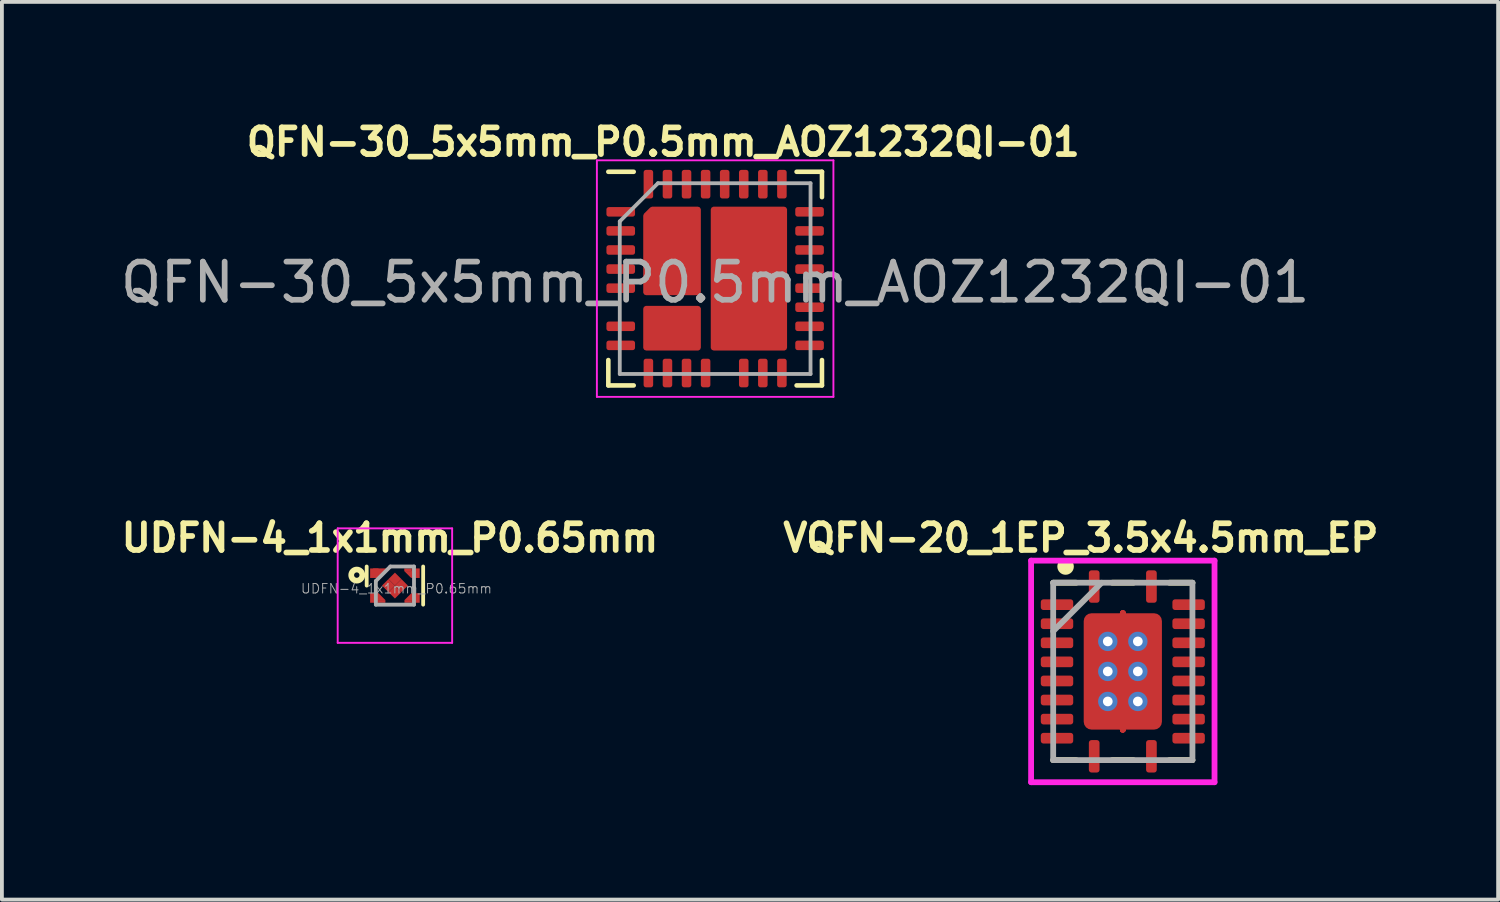
<source format=kicad_pcb>
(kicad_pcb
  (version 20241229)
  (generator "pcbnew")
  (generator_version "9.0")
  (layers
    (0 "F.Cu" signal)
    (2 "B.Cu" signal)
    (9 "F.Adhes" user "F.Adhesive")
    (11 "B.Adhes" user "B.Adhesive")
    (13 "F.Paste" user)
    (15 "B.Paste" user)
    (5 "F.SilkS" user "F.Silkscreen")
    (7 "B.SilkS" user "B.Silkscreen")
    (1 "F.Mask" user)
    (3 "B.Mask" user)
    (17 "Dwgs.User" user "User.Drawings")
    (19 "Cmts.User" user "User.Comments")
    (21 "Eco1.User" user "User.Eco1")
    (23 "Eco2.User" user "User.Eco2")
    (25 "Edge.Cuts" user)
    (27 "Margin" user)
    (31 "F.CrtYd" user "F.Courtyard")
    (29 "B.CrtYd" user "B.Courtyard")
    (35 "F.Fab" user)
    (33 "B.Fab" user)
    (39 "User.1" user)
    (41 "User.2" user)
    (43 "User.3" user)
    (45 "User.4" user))
  (footprint "UDFN-4_1x1mm_P0.65mm"
    (layer "F.Cu")
    (at 7.302 12.3)
    (property "Reference" "UDFN-4_1x1mm_P0.65mm" (at -0.13 -1.25 0) (layer "F.SilkS") (effects (font (size 0.7 0.7) (thickness 0.15))))
    (attr smd)
    (fp_line (start -0.74 -0.5) (end -0.74 0) (stroke (width 0.1) (type solid)) (layer "F.SilkS"))
    (fp_line (start 0.74 -0.5) (end 0.74 0.5) (stroke (width 0.1) (type solid)) (layer "F.SilkS"))
    (fp_circle (center -1 -0.275) (end -0.95 -0.325) (stroke (width 0.15) (type solid)) (fill no) (layer "F.SilkS"))
    (fp_line (start -1.5 -1.5) (end 1.5 -1.5) (stroke (width 0.05) (type solid)) (layer "F.CrtYd"))
    (fp_line (start -1.5 1.5) (end -1.5 -1.5) (stroke (width 0.05) (type solid)) (layer "F.CrtYd"))
    (fp_line (start 1.5 -1.5) (end 1.5 1.5) (stroke (width 0.05) (type solid)) (layer "F.CrtYd"))
    (fp_line (start 1.5 1.5) (end -1.5 1.5) (stroke (width 0.05) (type solid)) (layer "F.CrtYd"))
    (fp_line (start -0.5 0.5) (end -0.5 -0.12) (stroke (width 0.1) (type solid)) (layer "F.Fab"))
    (fp_line (start -0.12 -0.5) (end -0.5 -0.12) (stroke (width 0.1) (type solid)) (layer "F.Fab"))
    (fp_line (start -0.12 -0.5) (end 0.5 -0.5) (stroke (width 0.1) (type solid)) (layer "F.Fab"))
    (fp_line (start 0.5 -0.5) (end 0.5 0.5) (stroke (width 0.1) (type solid)) (layer "F.Fab"))
    (fp_line (start 0.5 0.5) (end -0.5 0.5) (stroke (width 0.1) (type solid)) (layer "F.Fab"))
    (fp_text user "${REFERENCE}" (at 0.04 0.08 0) (layer "F.Fab") (effects (font (size 0.25 0.25) (thickness 0.025))))
    (pad "1" smd rect (at -0.54 -0.325 270) (size 0.25 0.22) (layers "F.Cu" "F.Mask" "F.Paste"))
    (pad "1" smd trapezoid (at -0.43 -0.3 180) (size 0.2 0.2) (rect_delta 0 0.2) (layers "F.Cu" "F.Mask" "F.Paste"))
    (pad "1" smd trapezoid (at -0.38 -0.35 180) (size 0.2 0.2) (rect_delta 0 0.2) (layers "F.Cu" "F.Mask" "F.Paste"))
    (pad "2" smd rect (at -0.54 0.325 270) (size 0.25 0.22) (layers "F.Cu" "F.Mask" "F.Paste"))
    (pad "2" smd trapezoid (at -0.43 0.29 90) (size 0.18 0.18) (rect_delta 0.18 0) (layers "F.Cu" "F.Mask" "F.Paste"))
    (pad "2" smd rect (at -0.345 0.415 90) (size 0.07 0.19) (layers "F.Cu" "F.Mask" "F.Paste"))
    (pad "3" smd rect (at 0.345 0.415 90) (size 0.07 0.19) (layers "F.Cu" "F.Mask" "F.Paste"))
    (pad "3" smd trapezoid (at 0.43 0.29) (size 0.18 0.18) (rect_delta 0 0.18) (layers "F.Cu" "F.Mask" "F.Paste"))
    (pad "3" smd rect (at 0.54 0.325 270) (size 0.25 0.22) (layers "F.Cu" "F.Mask" "F.Paste"))
    (pad "4" smd rect (at 0.34 -0.415 90) (size 0.07 0.19) (layers "F.Cu" "F.Mask" "F.Paste"))
    (pad "4" smd trapezoid (at 0.425 -0.29 270) (size 0.18 0.18) (rect_delta 0.18 0) (layers "F.Cu" "F.Mask" "F.Paste"))
    (pad "4" smd rect (at 0.54 -0.325 270) (size 0.25 0.22) (layers "F.Cu" "F.Mask" "F.Paste"))
    (pad "5" smd rect (at -0.17 0 315) (size 0.24 0.24) (layers "F.Cu" "F.Mask" "F.Paste"))
    (pad "5" smd rect (at 0 -0.17 315) (size 0.24 0.24) (layers "F.Cu" "F.Mask" "F.Paste"))
    (pad "5" smd rect (at 0 0.17 315) (size 0.24 0.24) (layers "F.Cu" "F.Mask" "F.Paste"))
    (pad "5" smd rect (at 0.17 0 315) (size 0.24 0.24) (layers "F.Cu" "F.Mask" "F.Paste")))
  (footprint "VQFN-20_1EP_3.5x4.5mm_EP"
    (layer "F.Cu")
    (at 26.382 14.55)
    (property "Reference" "VQFN-20_1EP_3.5x4.5mm_EP" (at -1.1 -3.5 0) (layer "F.SilkS") (effects (font (size 0.7 0.7) (thickness 0.15))))
    (attr smd)
    (fp_line (start 0 -1.525) (end 0 -1.525) (stroke (width 0.152) (type solid)) (layer "F.Cu"))
    (fp_line (start 0 -1.525) (end 0 -1.525) (stroke (width 0.152) (type solid)) (layer "F.Cu"))
    (fp_line (start 0 -1.525) (end 0 -1.525) (stroke (width 0.152) (type solid)) (layer "F.Cu"))
    (fp_line (start 0 -1.525) (end 0 -1.525) (stroke (width 0.152) (type solid)) (layer "F.Cu"))
    (fp_line (start 0 -1.525) (end 0 -1.525) (stroke (width 0.152) (type solid)) (layer "F.Cu"))
    (fp_line (start 0 -1.525) (end 0 -1.525) (stroke (width 0.152) (type solid)) (layer "F.Cu"))
    (fp_line (start 0 -1.525) (end 0 -1.525) (stroke (width 0.152) (type solid)) (layer "F.Cu"))
    (fp_line (start 0 -1.525) (end 0 -1.525) (stroke (width 0.152) (type solid)) (layer "F.Cu"))
    (fp_line (start 0 1.525) (end 0 1.525) (stroke (width 0.152) (type solid)) (layer "F.Cu"))
    (fp_line (start 0 1.525) (end 0 1.525) (stroke (width 0.152) (type solid)) (layer "F.Cu"))
    (fp_line (start 0 1.525) (end 0 1.525) (stroke (width 0.152) (type solid)) (layer "F.Cu"))
    (fp_line (start 0 1.525) (end 0 1.525) (stroke (width 0.152) (type solid)) (layer "F.Cu"))
    (fp_line (start 0 1.525) (end 0 1.525) (stroke (width 0.152) (type solid)) (layer "F.Cu"))
    (fp_line (start 0 1.525) (end 0 1.525) (stroke (width 0.152) (type solid)) (layer "F.Cu"))
    (fp_line (start 0 1.525) (end 0 1.525) (stroke (width 0.152) (type solid)) (layer "F.Cu"))
    (fp_line (start 0 1.525) (end 0 1.525) (stroke (width 0.152) (type solid)) (layer "F.Cu"))
    (fp_line (start 0 -1.525) (end 0 -1.525) (stroke (width 0.152) (type solid)) (layer "F.Mask"))
    (fp_line (start 0 -1.525) (end 0 -1.525) (stroke (width 0.152) (type solid)) (layer "F.Mask"))
    (fp_line (start 0 -1.525) (end 0 -1.525) (stroke (width 0.152) (type solid)) (layer "F.Mask"))
    (fp_line (start 0 -1.525) (end 0 -1.525) (stroke (width 0.152) (type solid)) (layer "F.Mask"))
    (fp_line (start 0 -1.525) (end 0 -1.525) (stroke (width 0.152) (type solid)) (layer "F.Mask"))
    (fp_line (start 0 -1.525) (end 0 -1.525) (stroke (width 0.152) (type solid)) (layer "F.Mask"))
    (fp_line (start 0 -1.525) (end 0 -1.525) (stroke (width 0.152) (type solid)) (layer "F.Mask"))
    (fp_line (start 0 -1.525) (end 0 -1.525) (stroke (width 0.152) (type solid)) (layer "F.Mask"))
    (fp_line (start 0 1.525) (end 0 1.525) (stroke (width 0.152) (type solid)) (layer "F.Mask"))
    (fp_line (start 0 1.525) (end 0 1.525) (stroke (width 0.152) (type solid)) (layer "F.Mask"))
    (fp_line (start 0 1.525) (end 0 1.525) (stroke (width 0.152) (type solid)) (layer "F.Mask"))
    (fp_line (start 0 1.525) (end 0 1.525) (stroke (width 0.152) (type solid)) (layer "F.Mask"))
    (fp_line (start 0 1.525) (end 0 1.525) (stroke (width 0.152) (type solid)) (layer "F.Mask"))
    (fp_line (start 0 1.525) (end 0 1.525) (stroke (width 0.152) (type solid)) (layer "F.Mask"))
    (fp_line (start 0 1.525) (end 0 1.525) (stroke (width 0.152) (type solid)) (layer "F.Mask"))
    (fp_line (start 0 1.525) (end 0 1.525) (stroke (width 0.152) (type solid)) (layer "F.Mask"))
    (fp_line (start -1.825 2.325) (end -1.223 2.325) (stroke (width 0.152) (type solid)) (layer "F.SilkS"))
    (fp_line (start -1.6 -2.75) (end -1.4 -2.75) (stroke (width 0.15) (type solid)) (layer "F.SilkS"))
    (fp_line (start -1.223 -2.325) (end -1.825 -2.325) (stroke (width 0.152) (type solid)) (layer "F.SilkS"))
    (fp_line (start -0.277 2.325) (end 0.277 2.325) (stroke (width 0.152) (type solid)) (layer "F.SilkS"))
    (fp_line (start 0.277 -2.325) (end -0.277 -2.325) (stroke (width 0.152) (type solid)) (layer "F.SilkS"))
    (fp_line (start 1.223 2.325) (end 1.825 2.325) (stroke (width 0.152) (type solid)) (layer "F.SilkS"))
    (fp_line (start 1.825 -2.325) (end 1.223 -2.325) (stroke (width 0.152) (type solid)) (layer "F.SilkS"))
    (fp_circle (center -1.5 -2.75) (end -1.4 -2.85) (stroke (width 0.15) (type solid)) (fill no) (layer "F.SilkS"))
    (fp_poly (pts (xy -0.8 -1.4) (xy -0.2 -1.4) (xy -0.2 -1.1) (xy -0.8 -1.1)) (stroke (width 0.15) (type solid)) (fill yes) (layer "F.Paste"))
    (fp_poly (pts (xy -0.8 -0.6) (xy -0.3 -0.5) (xy -0.3 -0.4) (xy -0.8 -0.3)) (stroke (width 0.15) (type solid)) (fill yes) (layer "F.Paste"))
    (fp_poly (pts (xy -0.8 0.25) (xy -0.3 0.35) (xy -0.3 0.45) (xy -0.8 0.55)) (stroke (width 0.15) (type solid)) (fill yes) (layer "F.Paste"))
    (fp_poly (pts (xy -0.8 1.1) (xy -0.2 1.1) (xy -0.2 1.4) (xy -0.8 1.4)) (stroke (width 0.15) (type solid)) (fill yes) (layer "F.Paste"))
    (fp_poly (pts (xy -0.05 -0.15) (xy -0.05 -0.75) (xy 0.05 -0.75) (xy 0.05 -0.15)) (stroke (width 0.15) (type solid)) (fill yes) (layer "F.Paste"))
    (fp_poly (pts (xy -0.05 0.7) (xy -0.05 0.1) (xy 0.05 0.1) (xy 0.05 0.7)) (stroke (width 0.15) (type solid)) (fill yes) (layer "F.Paste"))
    (fp_poly (pts (xy 0.2 -1.4) (xy 0.8 -1.4) (xy 0.8 -1.1) (xy 0.2 -1.1)) (stroke (width 0.15) (type solid)) (fill yes) (layer "F.Paste"))
    (fp_poly (pts (xy 0.2 1.1) (xy 0.8 1.1) (xy 0.8 1.4) (xy 0.2 1.4)) (stroke (width 0.15) (type solid)) (fill yes) (layer "F.Paste"))
    (fp_poly (pts (xy 0.8 -0.3) (xy 0.3 -0.4) (xy 0.3 -0.5) (xy 0.8 -0.6)) (stroke (width 0.15) (type solid)) (fill yes) (layer "F.Paste"))
    (fp_poly (pts (xy 0.8 0.55) (xy 0.3 0.45) (xy 0.3 0.35) (xy 0.8 0.25)) (stroke (width 0.15) (type solid)) (fill yes) (layer "F.Paste"))
    (fp_line (start -2.404 -2.904) (end 2.404 -2.904) (stroke (width 0.152) (type solid)) (layer "F.CrtYd"))
    (fp_line (start -2.404 2.904) (end -2.404 -2.904) (stroke (width 0.152) (type solid)) (layer "F.CrtYd"))
    (fp_line (start 2.404 -2.904) (end 2.404 2.904) (stroke (width 0.152) (type solid)) (layer "F.CrtYd"))
    (fp_line (start 2.404 2.904) (end -2.404 2.904) (stroke (width 0.152) (type solid)) (layer "F.CrtYd"))
    (fp_line (start -1.825 -2.325) (end -1.825 2.325) (stroke (width 0.152) (type solid)) (layer "F.Fab"))
    (fp_line (start -1.825 -1.055) (end -0.555 -2.325) (stroke (width 0.152) (type solid)) (layer "F.Fab"))
    (fp_line (start -1.825 2.325) (end 1.825 2.325) (stroke (width 0.152) (type solid)) (layer "F.Fab"))
    (fp_line (start 1.825 -2.325) (end -1.825 -2.325) (stroke (width 0.152) (type solid)) (layer "F.Fab"))
    (fp_line (start 1.825 2.325) (end 1.825 -2.325) (stroke (width 0.152) (type solid)) (layer "F.Fab"))
    (pad "1" smd roundrect (at -0.75 -2.225) (size 0.28 0.85) (layers "F.Cu" "F.Mask" "F.Paste") (roundrect_rratio 0.25))
    (pad "2" smd roundrect (at -1.725 -1.75 90) (size 0.28 0.85) (layers "F.Cu" "F.Mask" "F.Paste") (roundrect_rratio 0.25))
    (pad "3" smd roundrect (at -1.725 -1.25 90) (size 0.28 0.85) (layers "F.Cu" "F.Mask" "F.Paste") (roundrect_rratio 0.25))
    (pad "4" smd roundrect (at -1.725 -0.75 90) (size 0.28 0.85) (layers "F.Cu" "F.Mask" "F.Paste") (roundrect_rratio 0.25))
    (pad "5" smd roundrect (at -1.725 -0.25 90) (size 0.28 0.85) (layers "F.Cu" "F.Mask" "F.Paste") (roundrect_rratio 0.25))
    (pad "6" smd roundrect (at -1.725 0.25 90) (size 0.28 0.85) (layers "F.Cu" "F.Mask" "F.Paste") (roundrect_rratio 0.25))
    (pad "7" smd roundrect (at -1.725 0.75 90) (size 0.28 0.85) (layers "F.Cu" "F.Mask" "F.Paste") (roundrect_rratio 0.25))
    (pad "8" smd roundrect (at -1.725 1.25 90) (size 0.28 0.85) (layers "F.Cu" "F.Mask" "F.Paste") (roundrect_rratio 0.25))
    (pad "9" smd roundrect (at -1.725 1.75 90) (size 0.28 0.85) (layers "F.Cu" "F.Mask" "F.Paste") (roundrect_rratio 0.25))
    (pad "10" smd roundrect (at -0.75 2.225) (size 0.28 0.85) (layers "F.Cu" "F.Mask" "F.Paste") (roundrect_rratio 0.25))
    (pad "11" smd roundrect (at 0.75 2.225) (size 0.28 0.85) (layers "F.Cu" "F.Mask" "F.Paste") (roundrect_rratio 0.25))
    (pad "12" smd roundrect (at 1.725 1.75 90) (size 0.28 0.85) (layers "F.Cu" "F.Mask" "F.Paste") (roundrect_rratio 0.25))
    (pad "13" smd roundrect (at 1.725 1.25 90) (size 0.28 0.85) (layers "F.Cu" "F.Mask" "F.Paste") (roundrect_rratio 0.25))
    (pad "14" smd roundrect (at 1.725 0.75 90) (size 0.28 0.85) (layers "F.Cu" "F.Mask" "F.Paste") (roundrect_rratio 0.25))
    (pad "15" smd roundrect (at 1.725 0.25 90) (size 0.28 0.85) (layers "F.Cu" "F.Mask" "F.Paste") (roundrect_rratio 0.25))
    (pad "16" smd roundrect (at 1.725 -0.25 90) (size 0.28 0.85) (layers "F.Cu" "F.Mask" "F.Paste") (roundrect_rratio 0.25))
    (pad "17" smd roundrect (at 1.725 -0.75 90) (size 0.28 0.85) (layers "F.Cu" "F.Mask" "F.Paste") (roundrect_rratio 0.25))
    (pad "18" smd roundrect (at 1.725 -1.25 90) (size 0.28 0.85) (layers "F.Cu" "F.Mask" "F.Paste") (roundrect_rratio 0.25))
    (pad "19" smd roundrect (at 1.725 -1.75 90) (size 0.28 0.85) (layers "F.Cu" "F.Mask" "F.Paste") (roundrect_rratio 0.25))
    (pad "20" smd roundrect (at 0.75 -2.225) (size 0.28 0.85) (layers "F.Cu" "F.Mask" "F.Paste") (roundrect_rratio 0.25))
    (pad "21" thru_hole circle (at -0.394 -0.787) (size 0.508 0.508) (drill 0.254) (layers "*.Cu" "*.Mask"))
    (pad "21" thru_hole circle (at -0.394 0) (size 0.508 0.508) (drill 0.254) (layers "*.Cu" "*.Mask"))
    (pad "21" thru_hole circle (at -0.394 0.787) (size 0.508 0.508) (drill 0.254) (layers "*.Cu" "*.Mask"))
    (pad "21" smd roundrect (at 0 0) (size 2.05 3.05) (layers "F.Cu" "F.Mask") (roundrect_rratio 0.1))
    (pad "21" thru_hole circle (at 0.394 -0.787) (size 0.508 0.508) (drill 0.254) (layers "*.Cu" "*.Mask"))
    (pad "21" thru_hole circle (at 0.394 0) (size 0.508 0.508) (drill 0.254) (layers "*.Cu" "*.Mask"))
    (pad "21" thru_hole circle (at 0.394 0.787) (size 0.508 0.508) (drill 0.254) (layers "*.Cu" "*.Mask")))
  (footprint "QFN-30_5x5mm_P0.5mm_AOZ1232QI-01"
    (layer "F.Cu")
    (at 15.696 4.253)
    (property "Reference" "QFN-30_5x5mm_P0.5mm_AOZ1232QI-01" (at -1.36 -3.58 0) (layer "F.SilkS") (effects (font (size 0.7 0.7) (thickness 0.15))))
    (attr smd)
    (fp_line (start -2.8 2.8) (end -2.8 2.135) (stroke (width 0.12) (type solid)) (layer "F.SilkS"))
    (fp_line (start -2.135 -2.8) (end -2.8 -2.8) (stroke (width 0.12) (type solid)) (layer "F.SilkS"))
    (fp_line (start -2.135 2.8) (end -2.8 2.8) (stroke (width 0.12) (type solid)) (layer "F.SilkS"))
    (fp_line (start 2.135 -2.8) (end 2.8 -2.8) (stroke (width 0.12) (type solid)) (layer "F.SilkS"))
    (fp_line (start 2.135 2.8) (end 2.8 2.8) (stroke (width 0.12) (type solid)) (layer "F.SilkS"))
    (fp_line (start 2.8 -2.8) (end 2.8 -2.135) (stroke (width 0.12) (type solid)) (layer "F.SilkS"))
    (fp_line (start 2.8 2.8) (end 2.8 2.135) (stroke (width 0.12) (type solid)) (layer "F.SilkS"))
    (fp_line (start -3.1 -3.1) (end -3.1 3.1) (stroke (width 0.05) (type solid)) (layer "F.CrtYd"))
    (fp_line (start -3.1 3.1) (end 3.1 3.1) (stroke (width 0.05) (type solid)) (layer "F.CrtYd"))
    (fp_line (start 3.1 -3.1) (end -3.1 -3.1) (stroke (width 0.05) (type solid)) (layer "F.CrtYd"))
    (fp_line (start 3.1 3.1) (end 3.1 -3.1) (stroke (width 0.05) (type solid)) (layer "F.CrtYd"))
    (fp_line (start -2.5 -1.5) (end -1.5 -2.5) (stroke (width 0.1) (type solid)) (layer "F.Fab"))
    (fp_line (start -2.5 2.5) (end -2.5 -1.5) (stroke (width 0.1) (type solid)) (layer "F.Fab"))
    (fp_line (start -1.5 -2.5) (end 2.5 -2.5) (stroke (width 0.1) (type solid)) (layer "F.Fab"))
    (fp_line (start 2.5 -2.5) (end 2.5 2.5) (stroke (width 0.1) (type solid)) (layer "F.Fab"))
    (fp_line (start 2.5 2.5) (end -2.5 2.5) (stroke (width 0.1) (type solid)) (layer "F.Fab"))
    (fp_text user "${REFERENCE}" (at 0 0.1 0) (layer "F.Fab") (effects (font (size 1 1) (thickness 0.15))))
    (pad "1" smd roundrect (at -2.475 -1.75) (size 0.75 0.25) (layers "F.Cu" "F.Mask" "F.Paste") (roundrect_rratio 0.25))
    (pad "2" smd roundrect (at -2.475 -1.25) (size 0.75 0.25) (layers "F.Cu" "F.Mask" "F.Paste") (roundrect_rratio 0.25))
    (pad "3" smd roundrect (at -2.475 -0.75) (size 0.75 0.25) (layers "F.Cu" "F.Mask" "F.Paste") (roundrect_rratio 0.25))
    (pad "4" smd roundrect (at -2.475 -0.25) (size 0.75 0.25) (layers "F.Cu" "F.Mask" "F.Paste") (roundrect_rratio 0.25))
    (pad "5" smd roundrect (at -2.475 0.25) (size 0.75 0.25) (layers "F.Cu" "F.Mask" "F.Paste") (roundrect_rratio 0.25))
    (pad "6" smd roundrect (at -2.475 1.25) (size 0.75 0.25) (layers "F.Cu" "F.Mask" "F.Paste") (roundrect_rratio 0.25))
    (pad "7" smd roundrect (at -2.475 1.75) (size 0.75 0.25) (layers "F.Cu" "F.Mask" "F.Paste") (roundrect_rratio 0.25))
    (pad "8" smd roundrect (at -1.75 2.475) (size 0.25 0.75) (layers "F.Cu" "F.Mask" "F.Paste") (roundrect_rratio 0.25))
    (pad "8" smd roundrect (at -1.49 1.3) (size 0.622 1.07) (layers "F.Cu" "F.Mask" "F.Paste") (roundrect_rratio 0.25))
    (pad "8" smd custom (at -1.08 1.19) (size 0.75 0.75) (layers "F.Cu" "F.Mask") (options (anchor circle)) (primitives (gr_poly (pts (xy 0.63 -0.4) (xy 0.63 0.62) (xy -0.73 0.62) (xy -0.73 -0.4)) (width 0.15) (fill yes))))
    (pad "8" smd roundrect (at -0.76 1.3) (size 0.622 1.07) (layers "F.Cu" "F.Mask" "F.Paste") (roundrect_rratio 0.25))
    (pad "9" smd roundrect (at -1.25 2.475) (size 0.25 0.75) (layers "F.Cu" "F.Mask" "F.Paste") (roundrect_rratio 0.25))
    (pad "10" smd roundrect (at -0.75 2.475) (size 0.25 0.75) (layers "F.Cu" "F.Mask" "F.Paste") (roundrect_rratio 0.25))
    (pad "11" smd roundrect (at -0.25 2.475) (size 0.25 0.75) (layers "F.Cu" "F.Mask" "F.Paste") (roundrect_rratio 0.25))
    (pad "12" smd roundrect (at 0.75 2.475) (size 0.25 0.75) (layers "F.Cu" "F.Mask" "F.Paste") (roundrect_rratio 0.25))
    (pad "13" smd roundrect (at 1.25 2.475) (size 0.25 0.75) (layers "F.Cu" "F.Mask" "F.Paste") (roundrect_rratio 0.25))
    (pad "14" smd roundrect (at 1.75 2.475) (size 0.25 0.75) (layers "F.Cu" "F.Mask" "F.Paste") (roundrect_rratio 0.25))
    (pad "15" smd roundrect (at 2.475 1.75) (size 0.75 0.25) (layers "F.Cu" "F.Mask" "F.Paste") (roundrect_rratio 0.25))
    (pad "16" smd roundrect (at 2.475 1.25) (size 0.75 0.25) (layers "F.Cu" "F.Mask" "F.Paste") (roundrect_rratio 0.25))
    (pad "17" smd roundrect (at 2.475 0.75) (size 0.75 0.25) (layers "F.Cu" "F.Mask" "F.Paste") (roundrect_rratio 0.25))
    (pad "18" smd roundrect (at 2.475 0.25) (size 0.75 0.25) (layers "F.Cu" "F.Mask" "F.Paste") (roundrect_rratio 0.25))
    (pad "19" smd roundrect (at -0.76 -0.17) (size 0.622 1.07) (layers "F.Cu" "F.Mask" "F.Paste") (roundrect_rratio 0.25))
    (pad "19" smd roundrect (at 2.475 -0.25) (size 0.75 0.25) (layers "F.Cu" "F.Mask" "F.Paste") (roundrect_rratio 0.25))
    (pad "20" smd roundrect (at 2.475 -0.75) (size 0.75 0.25) (layers "F.Cu" "F.Mask" "F.Paste") (roundrect_rratio 0.25))
    (pad "21" smd roundrect (at 2.475 -1.25) (size 0.75 0.25) (layers "F.Cu" "F.Mask" "F.Paste") (roundrect_rratio 0.25))
    (pad "22" smd roundrect (at 0.4 -1.27) (size 0.873 1.04) (layers "F.Cu" "F.Mask" "F.Paste") (roundrect_rratio 0.25))
    (pad "22" smd roundrect (at 0.4 -0.01) (size 0.873 1.04) (layers "F.Cu" "F.Mask" "F.Paste") (roundrect_rratio 0.25))
    (pad "22" smd roundrect (at 0.4 1.25) (size 0.873 1.04) (layers "F.Cu" "F.Paste") (roundrect_rratio 0.25))
    (pad "22" smd custom (at 0.91 0.02) (size 0.75 0.75) (layers "F.Cu" "F.Mask") (options (anchor circle)) (primitives (gr_poly (pts (xy -0.95 -1.83) (xy 0.9 -1.83) (xy 0.9 1.79) (xy -0.95 1.79)) (width 0.15) (fill yes))))
    (pad "22" smd roundrect (at 1.37 -1.26) (size 0.873 1.04) (layers "F.Cu" "F.Mask" "F.Paste") (roundrect_rratio 0.25))
    (pad "22" smd roundrect (at 1.37 0) (size 0.873 1.04) (layers "F.Cu" "F.Mask" "F.Paste") (roundrect_rratio 0.25))
    (pad "22" smd roundrect (at 1.37 1.26) (size 0.873 1.04) (layers "F.Cu" "F.Mask" "F.Paste") (roundrect_rratio 0.25))
    (pad "22" smd roundrect (at 2.475 -1.75) (size 0.75 0.25) (layers "F.Cu" "F.Mask" "F.Paste") (roundrect_rratio 0.25))
    (pad "23" smd roundrect (at 1.75 -2.475) (size 0.25 0.75) (layers "F.Cu" "F.Mask" "F.Paste") (roundrect_rratio 0.25))
    (pad "24" smd roundrect (at 1.25 -2.475) (size 0.25 0.75) (layers "F.Cu" "F.Mask" "F.Paste") (roundrect_rratio 0.25))
    (pad "25" smd roundrect (at 0.75 -2.475) (size 0.25 0.75) (layers "F.Cu" "F.Mask" "F.Paste") (roundrect_rratio 0.25))
    (pad "26" smd roundrect (at 0.25 -2.475) (size 0.25 0.75) (layers "F.Cu" "F.Mask" "F.Paste") (roundrect_rratio 0.25))
    (pad "27" smd roundrect (at -0.25 -2.475) (size 0.25 0.75) (layers "F.Cu" "F.Mask" "F.Paste") (roundrect_rratio 0.25))
    (pad "28" smd roundrect (at -0.75 -2.475) (size 0.25 0.75) (layers "F.Cu" "F.Mask" "F.Paste") (roundrect_rratio 0.25))
    (pad "29" smd roundrect (at -1.5 -1.29) (size 0.622 0.9) (layers "F.Cu" "F.Mask" "F.Paste") (roundrect_rratio 0.25))
    (pad "29" smd roundrect (at -1.49 -0.17) (size 0.622 1.07) (layers "F.Cu" "F.Mask" "F.Paste") (roundrect_rratio 0.25))
    (pad "29" smd roundrect (at -1.25 -2.475) (size 0.25 0.75) (layers "F.Cu" "F.Mask" "F.Paste") (roundrect_rratio 0.25))
    (pad "29" smd custom (at -1.06 -0.94) (size 0.75 0.75) (layers "F.Cu" "F.Mask") (options (anchor circle)) (primitives (gr_poly (pts (xy 0.61 1.3) (xy 0.61 -0.87) (xy -0.59 -0.87) (xy -0.75 -0.71) (xy -0.75 1.3)) (width 0.15) (fill yes))))
    (pad "29" smd roundrect (at -0.77 -1.29) (size 0.622 1.07) (layers "F.Cu" "F.Mask" "F.Paste") (roundrect_rratio 0.25))
    (pad "30" smd roundrect (at -1.75 -2.475) (size 0.25 0.75) (layers "F.Cu" "F.Mask" "F.Paste") (roundrect_rratio 0.25)))
  (gr_rect
    (start -3 -3)
    (end 36.22 20.531)
    (stroke (width 0.1) (type default))
    (fill no)
    (layer "Edge.Cuts")))
</source>
